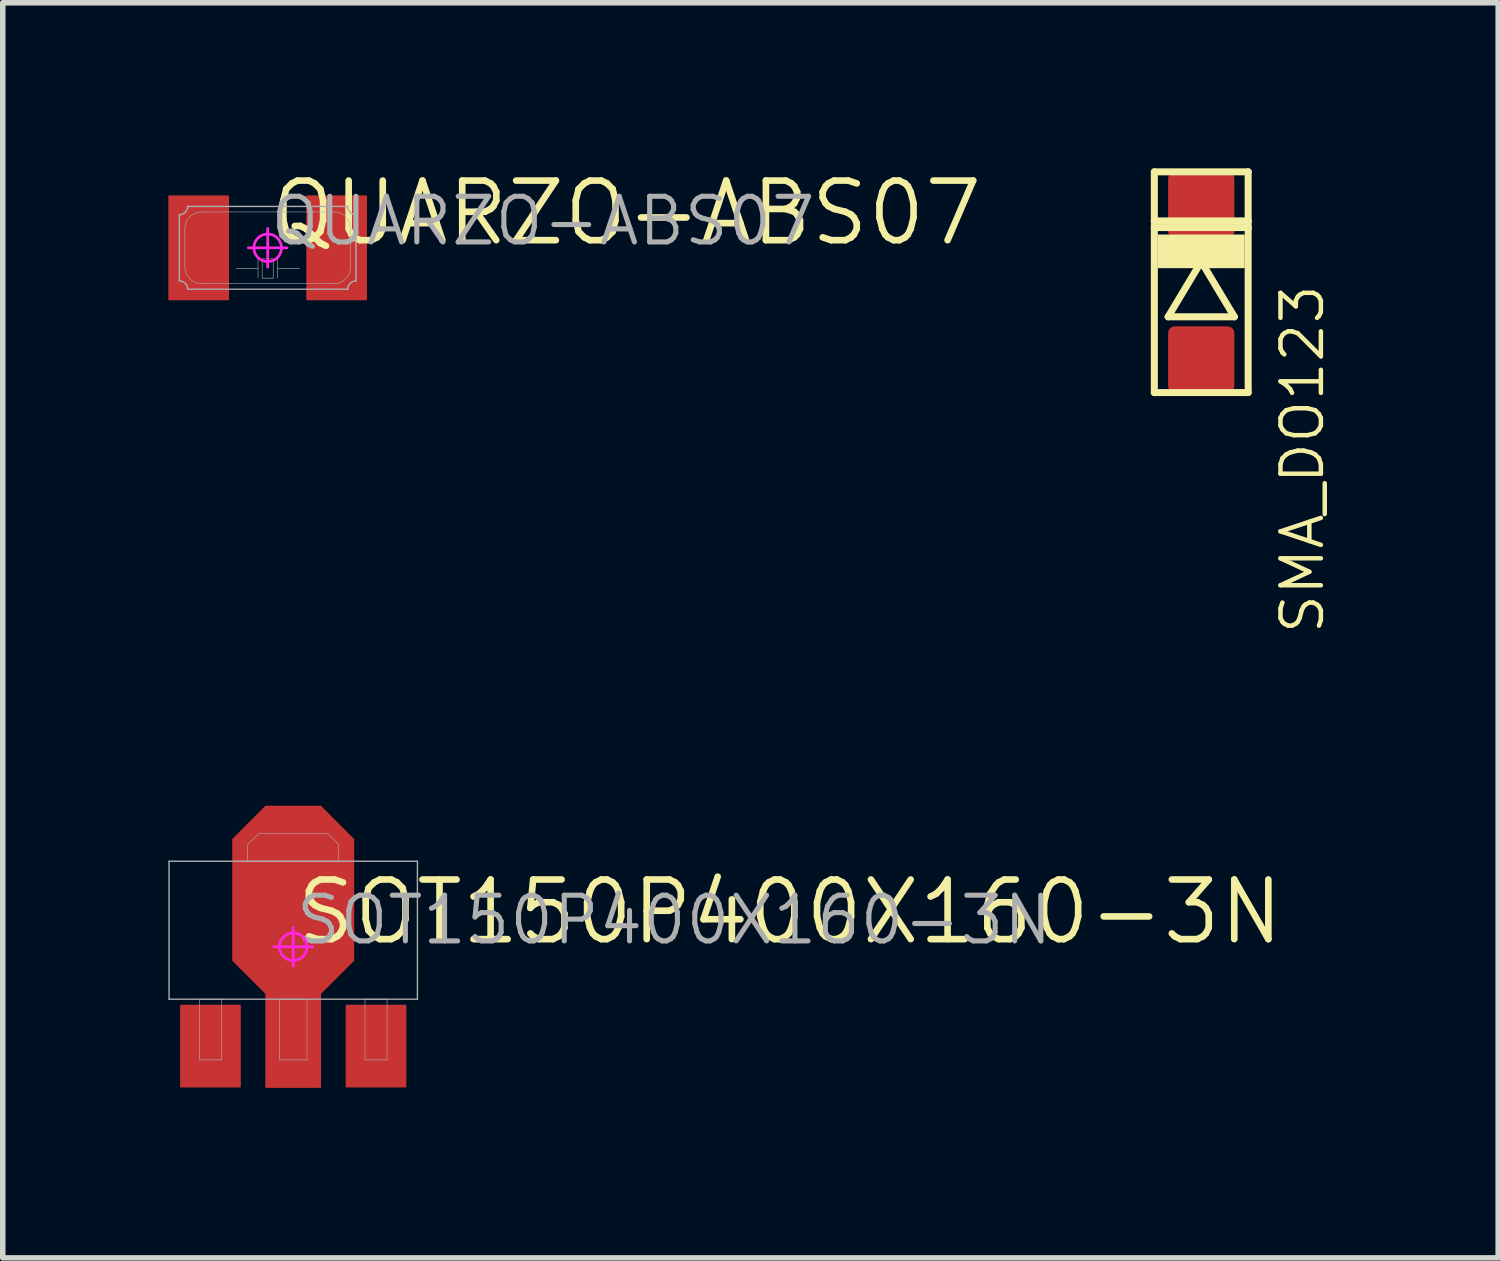
<source format=kicad_pcb>
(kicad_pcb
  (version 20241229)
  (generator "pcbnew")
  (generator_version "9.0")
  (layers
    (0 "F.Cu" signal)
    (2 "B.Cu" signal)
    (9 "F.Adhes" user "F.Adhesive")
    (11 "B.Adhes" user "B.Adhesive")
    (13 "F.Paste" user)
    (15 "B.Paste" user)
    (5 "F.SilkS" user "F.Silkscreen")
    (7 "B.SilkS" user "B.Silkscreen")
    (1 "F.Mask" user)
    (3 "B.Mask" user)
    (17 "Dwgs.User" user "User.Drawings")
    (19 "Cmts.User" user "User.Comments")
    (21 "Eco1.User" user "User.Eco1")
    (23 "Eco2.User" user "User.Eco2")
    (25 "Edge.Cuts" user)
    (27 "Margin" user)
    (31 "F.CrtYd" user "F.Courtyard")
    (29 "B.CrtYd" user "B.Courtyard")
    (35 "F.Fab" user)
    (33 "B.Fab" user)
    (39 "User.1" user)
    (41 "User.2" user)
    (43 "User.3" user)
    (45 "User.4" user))
  (footprint "QUARZO-ABS07"
    (layer "F.Cu")
    (at 1.8 1.44)
    (property "Reference" "QUARZO-ABS07" (at 0 0 0) (unlocked yes) (layer "F.SilkS") (effects (font (size 1.08 1.08) (thickness 0.12)) (justify left bottom)))
    (fp_line (start -0.35 0) (end 0.35 0) (stroke (width 0.05) (type solid)) (layer "F.CrtYd"))
    (fp_line (start 0 0.35) (end 0 -0.35) (stroke (width 0.05) (type solid)) (layer "F.CrtYd"))
    (fp_circle (center 0 0) (end 0.25 0) (stroke (width 0.05) (type solid)) (fill no) (layer "F.CrtYd"))
    (fp_line (start -1.6 0.6) (end -1.6 -0.6) (stroke (width 0.025) (type solid)) (layer "F.Fab"))
    (fp_line (start -1.5 0.35) (end -1.5 -0.35) (stroke (width 0.01) (type solid)) (layer "F.Fab"))
    (fp_line (start -1.45 -0.75) (end 1.45 -0.75) (stroke (width 0.025) (type solid)) (layer "F.Fab"))
    (fp_line (start -1.2 -0.65) (end 1.2 -0.65) (stroke (width 0.01) (type solid)) (layer "F.Fab"))
    (fp_line (start -0.175 0.2) (end -0.175 0.55) (stroke (width 0.01) (type solid)) (layer "F.Fab"))
    (fp_line (start -0.175 0.375) (end -0.575 0.375) (stroke (width 0.01) (type solid)) (layer "F.Fab"))
    (fp_line (start -0.1 0.2) (end -0.1 0.55) (stroke (width 0.01) (type solid)) (layer "F.Fab"))
    (fp_line (start -0.1 0.55) (end 0.1 0.55) (stroke (width 0.01) (type solid)) (layer "F.Fab"))
    (fp_line (start 0.1 0.2) (end -0.1 0.2) (stroke (width 0.01) (type solid)) (layer "F.Fab"))
    (fp_line (start 0.1 0.55) (end 0.1 0.2) (stroke (width 0.01) (type solid)) (layer "F.Fab"))
    (fp_line (start 0.175 0.2) (end 0.175 0.55) (stroke (width 0.01) (type solid)) (layer "F.Fab"))
    (fp_line (start 0.175 0.375) (end 0.575 0.375) (stroke (width 0.01) (type solid)) (layer "F.Fab"))
    (fp_line (start 1.2 0.65) (end -1.2 0.65) (stroke (width 0.01) (type solid)) (layer "F.Fab"))
    (fp_line (start 1.45 0.75) (end -1.45 0.75) (stroke (width 0.025) (type solid)) (layer "F.Fab"))
    (fp_line (start 1.5 -0.35) (end 1.5 0.35) (stroke (width 0.01) (type solid)) (layer "F.Fab"))
    (fp_line (start 1.6 -0.6) (end 1.6 0.6) (stroke (width 0.025) (type solid)) (layer "F.Fab"))
    (fp_arc (start -1.6 0.6) (mid -1.493934 0.643934) (end -1.45 0.75) (stroke (width 0.025) (type solid)) (layer "F.Fab"))
    (fp_arc (start -1.5 -0.35) (mid -1.412132 -0.562132) (end -1.2 -0.65) (stroke (width 0.01) (type solid)) (layer "F.Fab"))
    (fp_arc (start -1.45 -0.75) (mid -1.493934 -0.643934) (end -1.6 -0.6) (stroke (width 0.025) (type solid)) (layer "F.Fab"))
    (fp_arc (start -1.2 0.65) (mid -1.412132 0.562132) (end -1.5 0.35) (stroke (width 0.01) (type solid)) (layer "F.Fab"))
    (fp_arc (start 1.2 -0.65) (mid 1.412132 -0.562132) (end 1.5 -0.35) (stroke (width 0.01) (type solid)) (layer "F.Fab"))
    (fp_arc (start 1.45 0.75) (mid 1.493934 0.643934) (end 1.6 0.6) (stroke (width 0.025) (type solid)) (layer "F.Fab"))
    (fp_arc (start 1.5 0.35) (mid 1.412132 0.562132) (end 1.2 0.65) (stroke (width 0.01) (type solid)) (layer "F.Fab"))
    (fp_arc (start 1.6 -0.6) (mid 1.493934 -0.643934) (end 1.45 -0.75) (stroke (width 0.025) (type solid)) (layer "F.Fab"))
    (fp_text user "${REFERENCE}" (at 0 0 0) (unlocked yes) (layer "F.Fab") (effects (font (size 0.828 0.828) (thickness 0.092)) (justify left bottom)))
    (pad "1" smd roundrect (at -1.25 0) (size 1.1 1.9) (layers "F.Cu" "F.Mask" "F.Paste") (roundrect_rratio 0.015))
    (pad "2" smd roundrect (at 1.25 0) (size 1.1 1.9) (layers "F.Cu" "F.Mask" "F.Paste") (roundrect_rratio 0.015)))
  (footprint "SOT150P400X160-3N"
    (layer "F.Cu")
    (at 2.263 14.104)
    (property "Reference" "SOT150P400X160-3N" (at 0 0 0) (unlocked yes) (layer "F.SilkS") (effects (font (size 1.08 1.08) (thickness 0.12)) (justify left bottom)))
    (fp_poly (pts (xy 1.105 -1.952) (xy 1.105 0.252) (xy 0.505 0.852) (xy 0.505 2.555) (xy -0.505 2.555) (xy -0.505 0.852) (xy -1.105 0.252) (xy -1.105 -1.952) (xy -0.502 -2.555) (xy 0.502 -2.555)) (stroke (width 0) (type default)) (fill yes) (layer "F.Cu"))
    (fp_poly (pts (xy -0.862 2.638) (xy -2.138 2.638) (xy -2.138 0.962) (xy -0.862 0.962)) (stroke (width 0) (type default)) (fill yes) (layer "F.Mask"))
    (fp_poly (pts (xy 2.138 2.638) (xy 0.862 2.638) (xy 0.862 0.962) (xy 2.138 0.962)) (stroke (width 0) (type default)) (fill yes) (layer "F.Mask"))
    (fp_poly (pts (xy 1.188 -1.986) (xy 1.188 0.286) (xy 0.588 0.886) (xy 0.588 2.638) (xy -0.588 2.638) (xy -0.588 0.886) (xy -1.188 0.286) (xy -1.188 -1.986) (xy -0.536 -2.638) (xy 0.536 -2.638)) (stroke (width 0) (type default)) (fill yes) (layer "F.Mask"))
    (fp_poly (pts (xy -0.937 2.563) (xy -2.063 2.563) (xy -2.063 1.037) (xy -0.937 1.037)) (stroke (width 0) (type default)) (fill yes) (layer "F.Paste"))
    (fp_poly (pts (xy 2.063 2.563) (xy 0.937 2.563) (xy 0.937 1.037) (xy 2.063 1.037)) (stroke (width 0) (type default)) (fill yes) (layer "F.Paste"))
    (fp_poly (pts (xy 1.113 -1.955) (xy 1.113 0.255) (xy 0.513 0.855) (xy 0.513 2.563) (xy -0.513 2.563) (xy -0.513 0.855) (xy -1.113 0.255) (xy -1.113 -1.955) (xy -0.505 -2.563) (xy 0.505 -2.563)) (stroke (width 0) (type default)) (fill yes) (layer "F.Paste"))
    (fp_line (start -0.35 0) (end 0.35 0) (stroke (width 0.05) (type solid)) (layer "F.CrtYd"))
    (fp_line (start 0 0.35) (end 0 -0.35) (stroke (width 0.05) (type solid)) (layer "F.CrtYd"))
    (fp_circle (center 0 0) (end 0.25 0) (stroke (width 0.05) (type solid)) (fill no) (layer "F.CrtYd"))
    (fp_line (start -2.25 -1.55) (end -2.25 0.95) (stroke (width 0.025) (type solid)) (layer "F.Fab"))
    (fp_line (start -2.25 0.95) (end 2.25 0.95) (stroke (width 0.025) (type solid)) (layer "F.Fab"))
    (fp_line (start -1.7 0.95) (end -1.7 2.05) (stroke (width 0.01) (type solid)) (layer "F.Fab"))
    (fp_line (start -1.7 2.05) (end -1.3 2.05) (stroke (width 0.01) (type solid)) (layer "F.Fab"))
    (fp_line (start -1.3 0.95) (end -1.7 0.95) (stroke (width 0.01) (type solid)) (layer "F.Fab"))
    (fp_line (start -1.3 2.05) (end -1.3 0.95) (stroke (width 0.01) (type solid)) (layer "F.Fab"))
    (fp_line (start -0.825 -1.85) (end -0.625 -2.05) (stroke (width 0.01) (type solid)) (layer "F.Fab"))
    (fp_line (start -0.825 -1.55) (end -0.825 -1.85) (stroke (width 0.01) (type solid)) (layer "F.Fab"))
    (fp_line (start -0.625 -2.05) (end 0.625 -2.05) (stroke (width 0.01) (type solid)) (layer "F.Fab"))
    (fp_line (start -0.25 0.95) (end -0.25 2.05) (stroke (width 0.01) (type solid)) (layer "F.Fab"))
    (fp_line (start -0.25 2.05) (end 0.25 2.05) (stroke (width 0.01) (type solid)) (layer "F.Fab"))
    (fp_line (start 0.25 0.95) (end -0.25 0.95) (stroke (width 0.01) (type solid)) (layer "F.Fab"))
    (fp_line (start 0.25 2.05) (end 0.25 0.95) (stroke (width 0.01) (type solid)) (layer "F.Fab"))
    (fp_line (start 0.625 -2.05) (end 0.825 -1.85) (stroke (width 0.01) (type solid)) (layer "F.Fab"))
    (fp_line (start 0.825 -1.85) (end 0.825 -1.55) (stroke (width 0.01) (type solid)) (layer "F.Fab"))
    (fp_line (start 0.825 -1.55) (end -0.825 -1.55) (stroke (width 0.01) (type solid)) (layer "F.Fab"))
    (fp_line (start 1.3 0.95) (end 1.3 2.05) (stroke (width 0.01) (type solid)) (layer "F.Fab"))
    (fp_line (start 1.3 2.05) (end 1.7 2.05) (stroke (width 0.01) (type solid)) (layer "F.Fab"))
    (fp_line (start 1.7 0.95) (end 1.3 0.95) (stroke (width 0.01) (type solid)) (layer "F.Fab"))
    (fp_line (start 1.7 2.05) (end 1.7 0.95) (stroke (width 0.01) (type solid)) (layer "F.Fab"))
    (fp_line (start 2.25 -1.55) (end -2.25 -1.55) (stroke (width 0.025) (type solid)) (layer "F.Fab"))
    (fp_line (start 2.25 0.95) (end 2.25 -1.55) (stroke (width 0.025) (type solid)) (layer "F.Fab"))
    (fp_text user "${REFERENCE}" (at 0 0 0) (unlocked yes) (layer "F.Fab") (effects (font (size 0.828 0.828) (thickness 0.092)) (justify left bottom)))
    (pad "1" smd roundrect (at -1.5 1.8) (size 1.1 1.5) (layers "F.Cu") (roundrect_rratio 0.015))
    (pad "2" smd roundrect (at 0 1.8) (size 0.8 1.5) (layers "F.Cu") (roundrect_rratio 0.015))
    (pad "3" smd roundrect (at 1.5 1.8) (size 1.1 1.5) (layers "F.Cu") (roundrect_rratio 0.015)))
  (footprint "SMA_DO123"
    (layer "F.Cu")
    (at 18.715 2.063)
    (property "Reference" "SMA_DO123" (at 1.405 0 90) (unlocked yes) (layer "F.SilkS") (effects (font (size 0.732 0.732) (thickness 0.081)) (justify right top)))
    (fp_line (start -0.85 -2) (end -0.85 -1.11) (stroke (width 0.127) (type solid)) (layer "F.SilkS"))
    (fp_line (start -0.85 -1.11) (end -0.85 -0.99) (stroke (width 0.127) (type solid)) (layer "F.SilkS"))
    (fp_line (start -0.85 -0.99) (end -0.85 2) (stroke (width 0.127) (type solid)) (layer "F.SilkS"))
    (fp_line (start -0.6 0.627) (end 0.6 0.627) (stroke (width 0.127) (type solid)) (layer "F.SilkS"))
    (fp_line (start 0 -0.373) (end -0.6 0.627) (stroke (width 0.127) (type solid)) (layer "F.SilkS"))
    (fp_line (start 0.6 0.627) (end 0 -0.373) (stroke (width 0.127) (type solid)) (layer "F.SilkS"))
    (fp_line (start 0.85 -2) (end -0.85 -2) (stroke (width 0.127) (type solid)) (layer "F.SilkS"))
    (fp_line (start 0.85 -2) (end 0.85 -1.11) (stroke (width 0.127) (type solid)) (layer "F.SilkS"))
    (fp_line (start 0.85 -1.11) (end -0.85 -1.11) (stroke (width 0.127) (type solid)) (layer "F.SilkS"))
    (fp_line (start 0.85 -1.11) (end 0.85 -0.99) (stroke (width 0.127) (type solid)) (layer "F.SilkS"))
    (fp_line (start 0.85 -0.99) (end -0.85 -0.99) (stroke (width 0.127) (type solid)) (layer "F.SilkS"))
    (fp_line (start 0.85 -0.99) (end 0.85 2) (stroke (width 0.127) (type solid)) (layer "F.SilkS"))
    (fp_line (start 0.85 2) (end -0.85 2) (stroke (width 0.127) (type solid)) (layer "F.SilkS"))
    (fp_poly (pts (xy -0.787 -0.864) (xy -0.787 -0.254) (xy 0.787 -0.254) (xy 0.787 -0.864)) (stroke (width 0) (type default)) (fill yes) (layer "F.SilkS"))
    (pad "A" smd roundrect (at 0 1.4) (size 1.2 1.2) (layers "F.Cu" "F.Mask" "F.Paste") (roundrect_rratio 0.1))
    (pad "C" smd roundrect (at 0 -1.4) (size 1.2 1.2) (layers "F.Cu" "F.Mask" "F.Paste") (roundrect_rratio 0.1)))
  (gr_rect
    (start -3 -3)
    (end 24.095 19.741)
    (stroke (width 0.1) (type default))
    (fill no)
    (layer "Edge.Cuts")))
</source>
